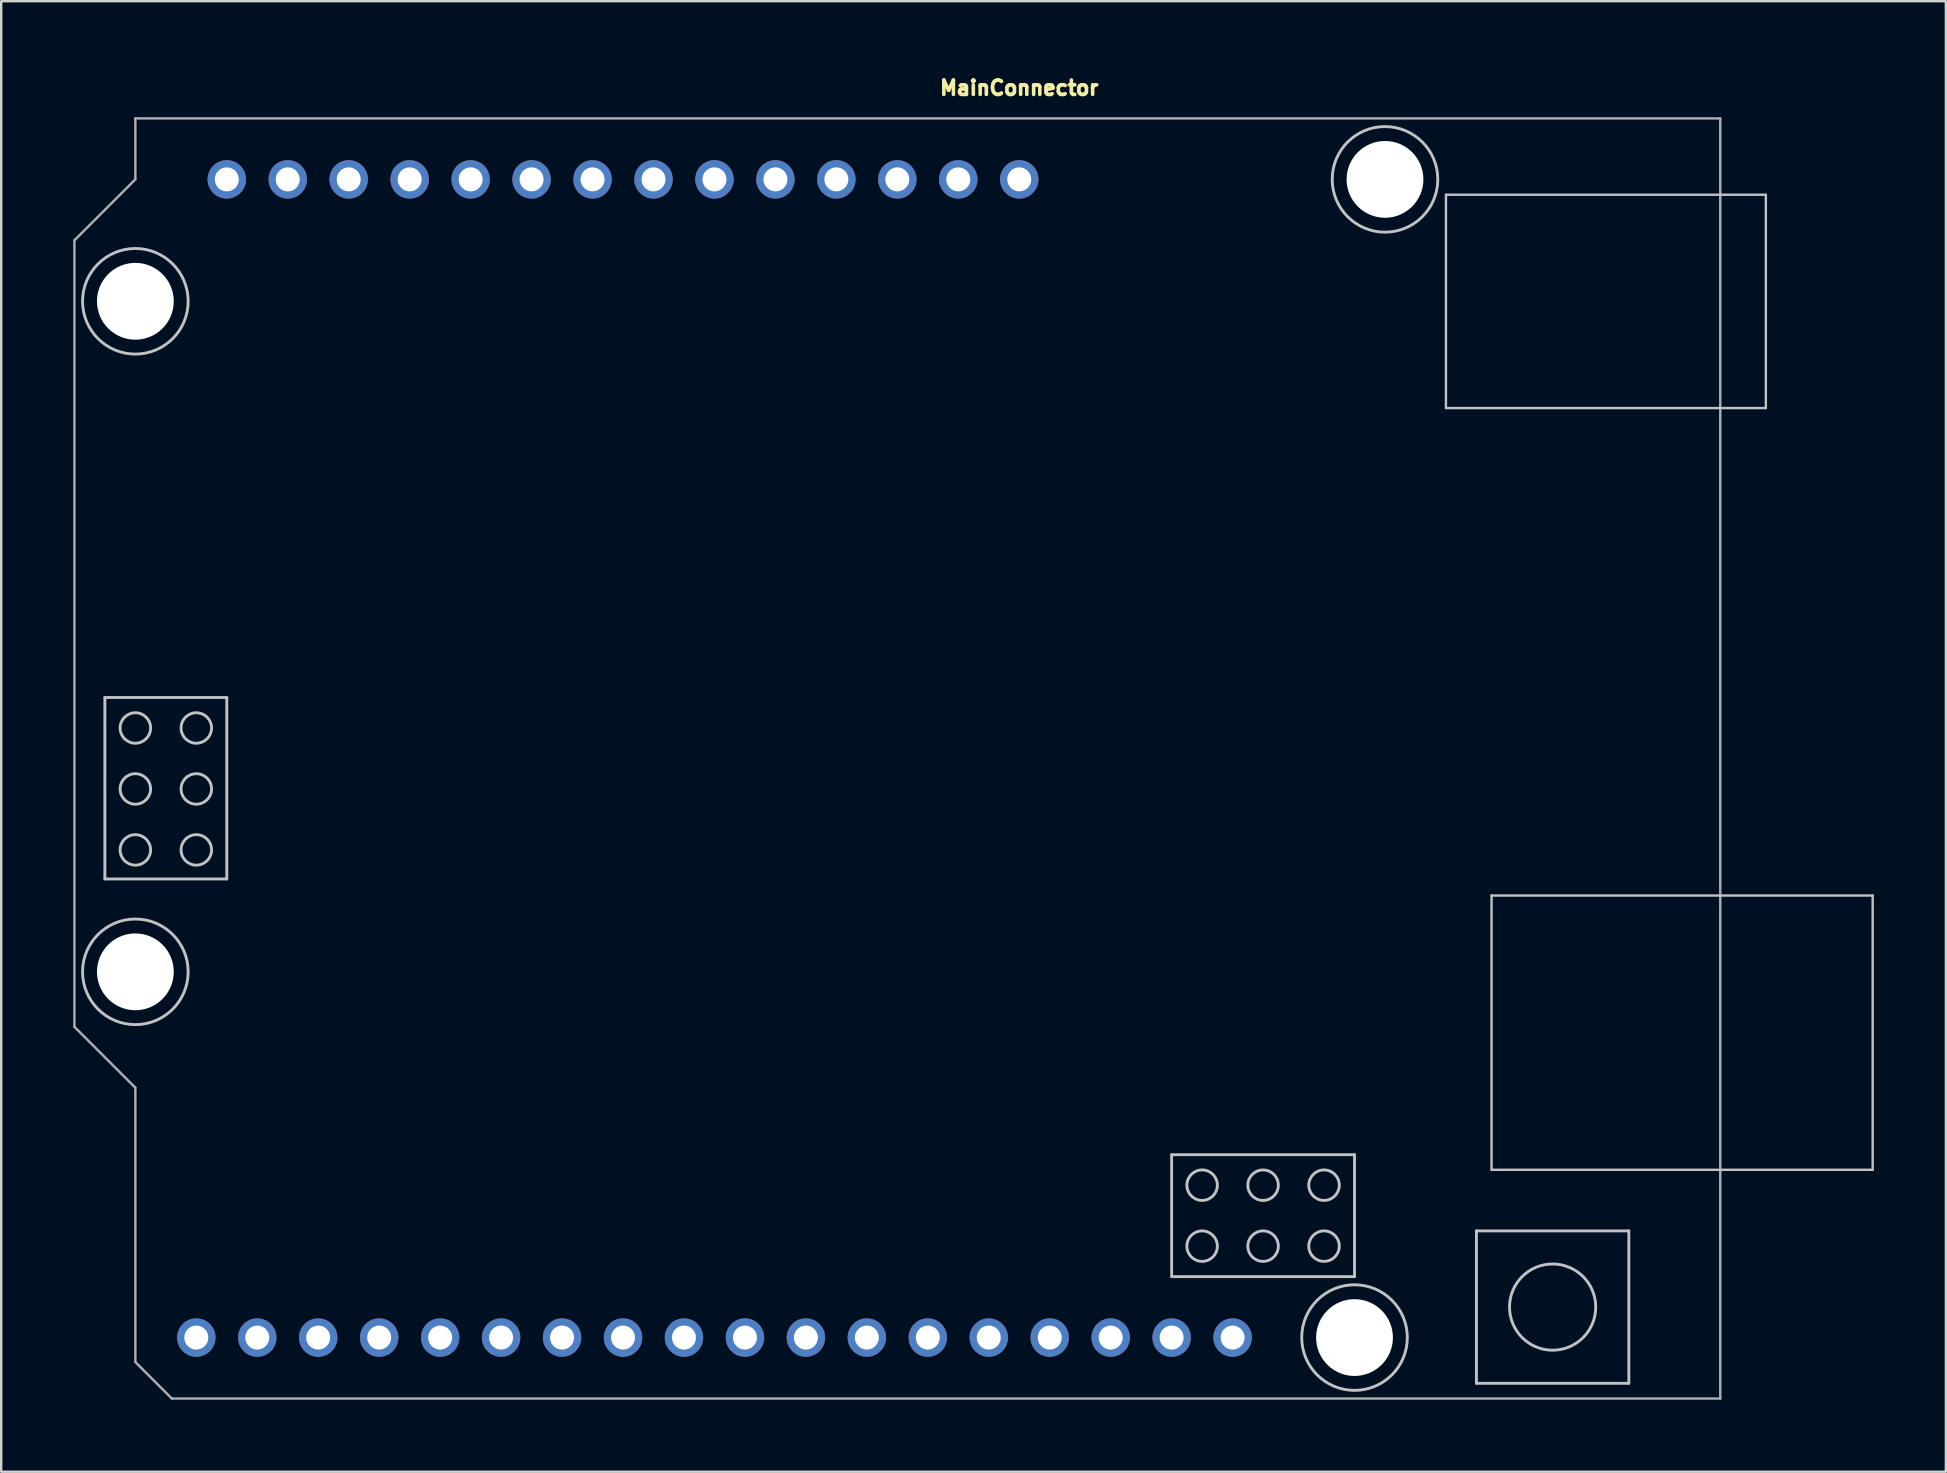
<source format=kicad_pcb>
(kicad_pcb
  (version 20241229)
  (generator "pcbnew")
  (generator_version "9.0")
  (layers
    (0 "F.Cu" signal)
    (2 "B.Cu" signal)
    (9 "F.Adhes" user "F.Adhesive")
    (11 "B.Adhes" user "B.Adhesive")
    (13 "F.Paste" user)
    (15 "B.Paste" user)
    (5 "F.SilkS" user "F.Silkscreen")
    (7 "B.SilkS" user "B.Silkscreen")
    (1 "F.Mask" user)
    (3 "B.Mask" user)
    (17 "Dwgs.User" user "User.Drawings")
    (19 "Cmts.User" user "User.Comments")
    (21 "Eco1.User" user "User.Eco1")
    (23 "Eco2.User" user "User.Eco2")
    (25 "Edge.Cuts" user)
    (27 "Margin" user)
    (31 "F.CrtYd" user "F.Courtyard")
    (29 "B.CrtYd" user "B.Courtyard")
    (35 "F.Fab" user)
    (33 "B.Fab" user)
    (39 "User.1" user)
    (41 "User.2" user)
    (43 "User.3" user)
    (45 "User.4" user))
  (footprint "MainConnector"
    (layer "F.Cu")
    (at 39.42 4.424)
    (property "Reference" "MainConnector" (at 0 -3.81 180) (layer "F.SilkS") (effects (font (size 0.6 0.6) (thickness 0.15))))
    (attr through_hole)
    (fp_line (start -38.1 21.59) (end -33.02 21.59) (stroke (width 0.12) (type solid)) (layer "Dwgs.User"))
    (fp_line (start -38.1 29.15) (end -38.1 21.59) (stroke (width 0.12) (type solid)) (layer "Dwgs.User"))
    (fp_line (start -33.02 21.59) (end -33.02 29.15) (stroke (width 0.12) (type solid)) (layer "Dwgs.User"))
    (fp_line (start -33.02 29.15) (end -38.1 29.15) (stroke (width 0.12) (type solid)) (layer "Dwgs.User"))
    (fp_line (start 6.35 40.64) (end 13.97 40.64) (stroke (width 0.12) (type solid)) (layer "Dwgs.User"))
    (fp_line (start 6.35 45.72) (end 6.35 40.64) (stroke (width 0.12) (type solid)) (layer "Dwgs.User"))
    (fp_line (start 13.97 40.64) (end 13.97 45.72) (stroke (width 0.12) (type solid)) (layer "Dwgs.User"))
    (fp_line (start 13.97 45.72) (end 6.35 45.72) (stroke (width 0.12) (type solid)) (layer "Dwgs.User"))
    (fp_line (start 17.78 0.64) (end 17.78 9.53) (stroke (width 0.1) (type solid)) (layer "Dwgs.User"))
    (fp_line (start 17.78 9.53) (end 31.11 9.53) (stroke (width 0.1) (type solid)) (layer "Dwgs.User"))
    (fp_line (start 19.05 43.815) (end 19.05 50.165) (stroke (width 0.12) (type solid)) (layer "Dwgs.User"))
    (fp_line (start 19.05 50.165) (end 25.4 50.165) (stroke (width 0.12) (type solid)) (layer "Dwgs.User"))
    (fp_line (start 19.68 29.84) (end 19.68 41.27) (stroke (width 0.1) (type solid)) (layer "Dwgs.User"))
    (fp_line (start 19.68 41.27) (end 35.56 41.27) (stroke (width 0.1) (type solid)) (layer "Dwgs.User"))
    (fp_line (start 25.4 43.815) (end 19.05 43.815) (stroke (width 0.12) (type solid)) (layer "Dwgs.User"))
    (fp_line (start 25.4 50.165) (end 25.4 43.815) (stroke (width 0.12) (type solid)) (layer "Dwgs.User"))
    (fp_line (start 31.11 0.64) (end 17.78 0.64) (stroke (width 0.1) (type solid)) (layer "Dwgs.User"))
    (fp_line (start 31.11 9.53) (end 31.11 0.64) (stroke (width 0.1) (type solid)) (layer "Dwgs.User"))
    (fp_line (start 35.56 29.84) (end 19.68 29.84) (stroke (width 0.1) (type solid)) (layer "Dwgs.User"))
    (fp_line (start 35.56 41.27) (end 35.56 29.84) (stroke (width 0.1) (type solid)) (layer "Dwgs.User"))
    (fp_circle (center -36.83 5.08) (end -34.63 5.08) (stroke (width 0.12) (type solid)) (fill no) (layer "Dwgs.User"))
    (fp_circle (center -36.83 22.86) (end -36.83 23.495) (stroke (width 0.12) (type solid)) (fill no) (layer "Dwgs.User"))
    (fp_circle (center -36.83 25.4) (end -36.83 26.035) (stroke (width 0.12) (type solid)) (fill no) (layer "Dwgs.User"))
    (fp_circle (center -36.83 27.94) (end -36.83 28.575) (stroke (width 0.12) (type solid)) (fill no) (layer "Dwgs.User"))
    (fp_circle (center -36.83 33.02) (end -34.63 33.02) (stroke (width 0.12) (type solid)) (fill no) (layer "Dwgs.User"))
    (fp_circle (center -34.29 22.86) (end -34.29 23.495) (stroke (width 0.12) (type solid)) (fill no) (layer "Dwgs.User"))
    (fp_circle (center -34.29 25.4) (end -34.29 26.035) (stroke (width 0.12) (type solid)) (fill no) (layer "Dwgs.User"))
    (fp_circle (center -34.29 27.94) (end -34.29 28.575) (stroke (width 0.12) (type solid)) (fill no) (layer "Dwgs.User"))
    (fp_circle (center 7.62 41.91) (end 7.62 41.275) (stroke (width 0.12) (type solid)) (fill no) (layer "Dwgs.User"))
    (fp_circle (center 7.62 44.45) (end 7.62 43.815) (stroke (width 0.12) (type solid)) (fill no) (layer "Dwgs.User"))
    (fp_circle (center 10.16 41.91) (end 10.16 41.275) (stroke (width 0.12) (type solid)) (fill no) (layer "Dwgs.User"))
    (fp_circle (center 10.16 44.45) (end 10.16 43.815) (stroke (width 0.12) (type solid)) (fill no) (layer "Dwgs.User"))
    (fp_circle (center 12.7 41.91) (end 12.7 41.275) (stroke (width 0.12) (type solid)) (fill no) (layer "Dwgs.User"))
    (fp_circle (center 12.7 44.45) (end 12.7 43.815) (stroke (width 0.12) (type solid)) (fill no) (layer "Dwgs.User"))
    (fp_circle (center 13.97 48.26) (end 16.17 48.26) (stroke (width 0.12) (type solid)) (fill no) (layer "Dwgs.User"))
    (fp_circle (center 15.24 0) (end 17.44 0) (stroke (width 0.12) (type solid)) (fill no) (layer "Dwgs.User"))
    (fp_circle (center 22.225 46.99) (end 23.495 45.72) (stroke (width 0.12) (type solid)) (fill no) (layer "Dwgs.User"))
    (fp_line (start -39.37 2.54) (end -39.37 35.31) (stroke (width 0.1) (type solid)) (layer "F.Fab"))
    (fp_line (start -39.37 35.31) (end -36.83 37.85) (stroke (width 0.1) (type solid)) (layer "F.Fab"))
    (fp_line (start -36.83 -2.54) (end -36.83 0) (stroke (width 0.1) (type solid)) (layer "F.Fab"))
    (fp_line (start -36.83 0) (end -39.37 2.54) (stroke (width 0.1) (type solid)) (layer "F.Fab"))
    (fp_line (start -36.83 37.85) (end -36.83 49.28) (stroke (width 0.1) (type solid)) (layer "F.Fab"))
    (fp_line (start -36.83 49.28) (end -35.31 50.8) (stroke (width 0.1) (type solid)) (layer "F.Fab"))
    (fp_line (start -35.31 50.8) (end 29.21 50.8) (stroke (width 0.1) (type solid)) (layer "F.Fab"))
    (fp_line (start 29.21 -2.54) (end -36.83 -2.54) (stroke (width 0.1) (type solid)) (layer "F.Fab"))
    (fp_line (start 29.21 50.8) (end 29.21 -2.54) (stroke (width 0.1) (type solid)) (layer "F.Fab"))
    (pad "" np_thru_hole circle (at -36.83 5.08 270) (size 3.2 3.2) (drill 3.2) (layers "*.Cu" "*.Mask"))
    (pad "" np_thru_hole circle (at -36.83 33.02 270) (size 3.2 3.2) (drill 3.2) (layers "*.Cu" "*.Mask"))
    (pad "" np_thru_hole circle (at 13.97 48.26 270) (size 3.2 3.2) (drill 3.2) (layers "*.Cu" "*.Mask"))
    (pad "" np_thru_hole circle (at 15.24 0 270) (size 3.2 3.2) (drill 3.2) (layers "*.Cu" "*.Mask"))
    (pad "1" thru_hole circle (at 0 0 270) (size 1.6 1.6) (drill 1) (layers "*.Cu" "*.Mask"))
    (pad "2" thru_hole oval (at -2.54 0 270) (size 1.6 1.6) (drill 1) (layers "*.Cu" "*.Mask"))
    (pad "3" thru_hole oval (at -5.08 0 270) (size 1.6 1.6) (drill 1) (layers "*.Cu" "*.Mask"))
    (pad "4" thru_hole oval (at -7.62 0 270) (size 1.6 1.6) (drill 1) (layers "*.Cu" "*.Mask"))
    (pad "5" thru_hole oval (at -10.16 0 270) (size 1.6 1.6) (drill 1) (layers "*.Cu" "*.Mask"))
    (pad "6" thru_hole oval (at -12.7 0 270) (size 1.6 1.6) (drill 1) (layers "*.Cu" "*.Mask"))
    (pad "7" thru_hole oval (at -15.24 0 270) (size 1.6 1.6) (drill 1) (layers "*.Cu" "*.Mask"))
    (pad "8" thru_hole oval (at -17.78 0 270) (size 1.6 1.6) (drill 1) (layers "*.Cu" "*.Mask"))
    (pad "9" thru_hole oval (at -20.32 0 270) (size 1.6 1.6) (drill 1) (layers "*.Cu" "*.Mask"))
    (pad "10" thru_hole oval (at -22.86 0 270) (size 1.6 1.6) (drill 1) (layers "*.Cu" "*.Mask"))
    (pad "11" thru_hole oval (at -25.4 0 270) (size 1.6 1.6) (drill 1) (layers "*.Cu" "*.Mask"))
    (pad "12" thru_hole oval (at -27.94 0 270) (size 1.6 1.6) (drill 1) (layers "*.Cu" "*.Mask"))
    (pad "13" thru_hole oval (at -30.48 0 270) (size 1.6 1.6) (drill 1) (layers "*.Cu" "*.Mask"))
    (pad "14" thru_hole oval (at -33.02 0 270) (size 1.6 1.6) (drill 1) (layers "*.Cu" "*.Mask"))
    (pad "15" thru_hole oval (at -34.29 48.26 270) (size 1.6 1.6) (drill 1) (layers "*.Cu" "*.Mask"))
    (pad "16" thru_hole oval (at -31.75 48.26 270) (size 1.6 1.6) (drill 1) (layers "*.Cu" "*.Mask"))
    (pad "17" thru_hole oval (at -29.21 48.26 270) (size 1.6 1.6) (drill 1) (layers "*.Cu" "*.Mask"))
    (pad "18" thru_hole oval (at -26.67 48.26 270) (size 1.6 1.6) (drill 1) (layers "*.Cu" "*.Mask"))
    (pad "19" thru_hole oval (at -24.13 48.26 270) (size 1.6 1.6) (drill 1) (layers "*.Cu" "*.Mask"))
    (pad "20" thru_hole oval (at -21.59 48.26 270) (size 1.6 1.6) (drill 1) (layers "*.Cu" "*.Mask"))
    (pad "21" thru_hole oval (at -19.05 48.26 270) (size 1.6 1.6) (drill 1) (layers "*.Cu" "*.Mask"))
    (pad "22" thru_hole oval (at -16.51 48.26 270) (size 1.6 1.6) (drill 1) (layers "*.Cu" "*.Mask"))
    (pad "23" thru_hole oval (at -13.97 48.26 270) (size 1.6 1.6) (drill 1) (layers "*.Cu" "*.Mask"))
    (pad "24" thru_hole oval (at -11.43 48.26 270) (size 1.6 1.6) (drill 1) (layers "*.Cu" "*.Mask"))
    (pad "25" thru_hole oval (at -8.89 48.26 270) (size 1.6 1.6) (drill 1) (layers "*.Cu" "*.Mask"))
    (pad "26" thru_hole oval (at -6.35 48.26 270) (size 1.6 1.6) (drill 1) (layers "*.Cu" "*.Mask"))
    (pad "27" thru_hole oval (at -3.81 48.26 270) (size 1.6 1.6) (drill 1) (layers "*.Cu" "*.Mask"))
    (pad "28" thru_hole oval (at -1.27 48.26 270) (size 1.6 1.6) (drill 1) (layers "*.Cu" "*.Mask"))
    (pad "29" thru_hole oval (at 1.27 48.26 270) (size 1.6 1.6) (drill 1) (layers "*.Cu" "*.Mask"))
    (pad "30" thru_hole oval (at 3.81 48.26 270) (size 1.6 1.6) (drill 1) (layers "*.Cu" "*.Mask"))
    (pad "31" thru_hole oval (at 6.35 48.26 270) (size 1.6 1.6) (drill 1) (layers "*.Cu" "*.Mask"))
    (pad "32" thru_hole oval (at 8.89 48.26 270) (size 1.6 1.6) (drill 1) (layers "*.Cu" "*.Mask")))
  (gr_rect
    (start -3 -3)
    (end 78.03 58.274)
    (stroke (width 0.1) (type default))
    (fill no)
    (layer "Edge.Cuts")))
</source>
